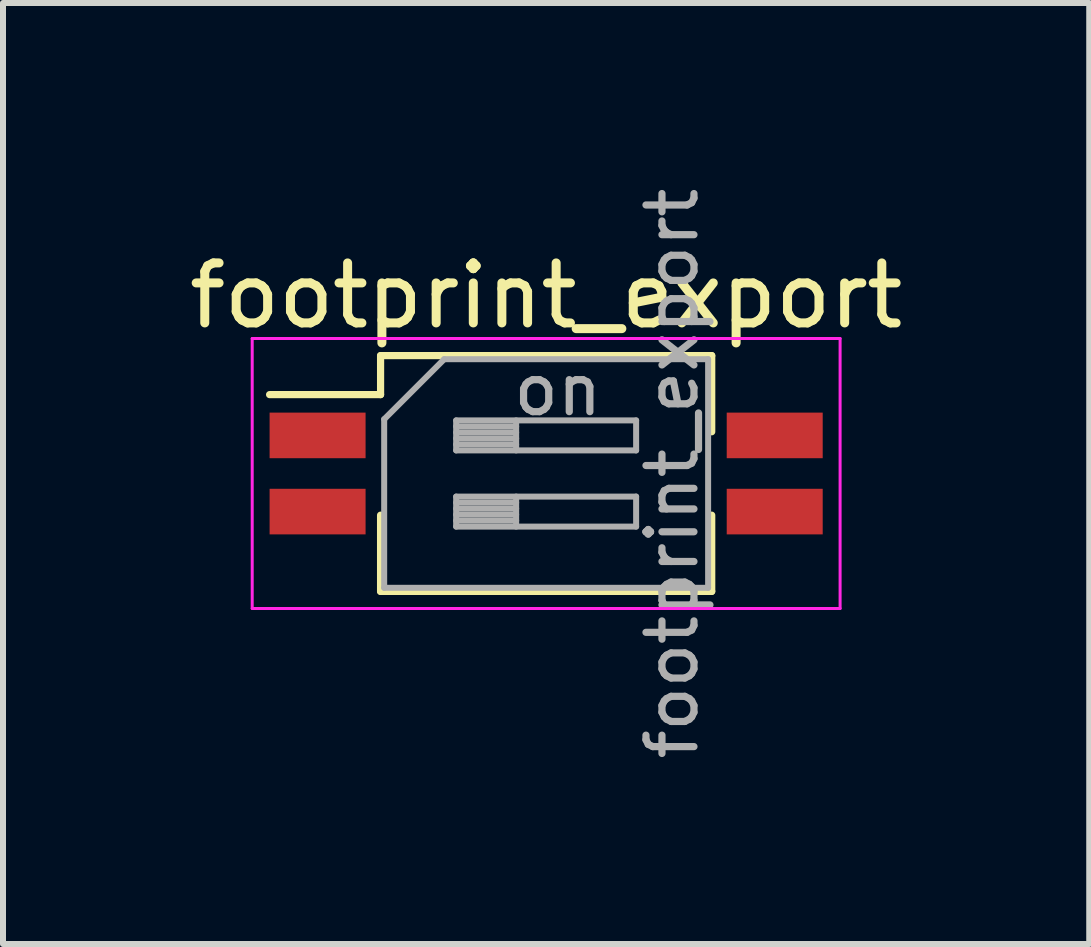
<source format=kicad_pcb>
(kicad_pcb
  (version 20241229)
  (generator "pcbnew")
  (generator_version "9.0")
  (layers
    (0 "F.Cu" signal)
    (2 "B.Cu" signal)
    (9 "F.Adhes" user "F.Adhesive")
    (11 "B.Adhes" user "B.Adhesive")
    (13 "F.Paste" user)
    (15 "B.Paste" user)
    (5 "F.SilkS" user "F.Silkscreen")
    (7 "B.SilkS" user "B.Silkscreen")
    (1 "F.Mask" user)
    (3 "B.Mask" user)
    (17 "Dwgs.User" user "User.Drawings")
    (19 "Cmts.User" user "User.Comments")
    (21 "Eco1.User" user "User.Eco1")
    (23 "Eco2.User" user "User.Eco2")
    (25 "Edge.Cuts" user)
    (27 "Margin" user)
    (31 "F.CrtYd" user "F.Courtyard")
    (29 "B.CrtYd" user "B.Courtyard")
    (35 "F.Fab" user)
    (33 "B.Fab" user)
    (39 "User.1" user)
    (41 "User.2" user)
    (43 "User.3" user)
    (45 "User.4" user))
  (footprint "footprint_export"
    (layer "F.Cu")
    (at 6.054 4.843)
    (property "Reference" "footprint_export" (at 0 -2.965 0) (layer "F.SilkS") (effects (font (size 1 1) (thickness 0.15))))
    (attr smd)
    (fp_line (start -4.61 -1.315) (end -2.76 -1.315) (stroke (width 0.12) (type solid)) (layer "F.SilkS"))
    (fp_line (start -2.76 -1.965) (end -2.76 -1.315) (stroke (width 0.12) (type solid)) (layer "F.SilkS"))
    (fp_line (start -2.76 -1.965) (end 2.76 -1.965) (stroke (width 0.12) (type solid)) (layer "F.SilkS"))
    (fp_line (start -2.76 0.695) (end -2.76 1.965) (stroke (width 0.12) (type solid)) (layer "F.SilkS"))
    (fp_line (start -2.76 1.965) (end 2.76 1.965) (stroke (width 0.12) (type solid)) (layer "F.SilkS"))
    (fp_line (start 2.76 -1.965) (end 2.76 -0.696) (stroke (width 0.12) (type solid)) (layer "F.SilkS"))
    (fp_line (start 2.76 0.695) (end 2.76 1.965) (stroke (width 0.12) (type solid)) (layer "F.SilkS"))
    (fp_line (start -4.9 -2.25) (end -4.9 2.25) (stroke (width 0.05) (type solid)) (layer "F.CrtYd"))
    (fp_line (start -4.9 2.25) (end 4.9 2.25) (stroke (width 0.05) (type solid)) (layer "F.CrtYd"))
    (fp_line (start 4.9 -2.25) (end -4.9 -2.25) (stroke (width 0.05) (type solid)) (layer "F.CrtYd"))
    (fp_line (start 4.9 2.25) (end 4.9 -2.25) (stroke (width 0.05) (type solid)) (layer "F.CrtYd"))
    (fp_line (start -2.7 -0.905) (end -1.7 -1.905) (stroke (width 0.1) (type solid)) (layer "F.Fab"))
    (fp_line (start -2.7 1.905) (end -2.7 -0.905) (stroke (width 0.1) (type solid)) (layer "F.Fab"))
    (fp_line (start -1.7 -1.905) (end 2.7 -1.905) (stroke (width 0.1) (type solid)) (layer "F.Fab"))
    (fp_line (start -1.5 -0.885) (end -1.5 -0.385) (stroke (width 0.1) (type solid)) (layer "F.Fab"))
    (fp_line (start -1.5 -0.785) (end -0.5 -0.785) (stroke (width 0.1) (type solid)) (layer "F.Fab"))
    (fp_line (start -1.5 -0.685) (end -0.5 -0.685) (stroke (width 0.1) (type solid)) (layer "F.Fab"))
    (fp_line (start -1.5 -0.585) (end -0.5 -0.585) (stroke (width 0.1) (type solid)) (layer "F.Fab"))
    (fp_line (start -1.5 -0.485) (end -0.5 -0.485) (stroke (width 0.1) (type solid)) (layer "F.Fab"))
    (fp_line (start -1.5 -0.385) (end 1.5 -0.385) (stroke (width 0.1) (type solid)) (layer "F.Fab"))
    (fp_line (start -1.5 0.385) (end -1.5 0.885) (stroke (width 0.1) (type solid)) (layer "F.Fab"))
    (fp_line (start -1.5 0.485) (end -0.5 0.485) (stroke (width 0.1) (type solid)) (layer "F.Fab"))
    (fp_line (start -1.5 0.585) (end -0.5 0.585) (stroke (width 0.1) (type solid)) (layer "F.Fab"))
    (fp_line (start -1.5 0.685) (end -0.5 0.685) (stroke (width 0.1) (type solid)) (layer "F.Fab"))
    (fp_line (start -1.5 0.785) (end -0.5 0.785) (stroke (width 0.1) (type solid)) (layer "F.Fab"))
    (fp_line (start -1.5 0.885) (end 1.5 0.885) (stroke (width 0.1) (type solid)) (layer "F.Fab"))
    (fp_line (start -0.5 -0.885) (end -0.5 -0.385) (stroke (width 0.1) (type solid)) (layer "F.Fab"))
    (fp_line (start -0.5 0.385) (end -0.5 0.885) (stroke (width 0.1) (type solid)) (layer "F.Fab"))
    (fp_line (start 1.5 -0.885) (end -1.5 -0.885) (stroke (width 0.1) (type solid)) (layer "F.Fab"))
    (fp_line (start 1.5 -0.385) (end 1.5 -0.885) (stroke (width 0.1) (type solid)) (layer "F.Fab"))
    (fp_line (start 1.5 0.385) (end -1.5 0.385) (stroke (width 0.1) (type solid)) (layer "F.Fab"))
    (fp_line (start 1.5 0.885) (end 1.5 0.385) (stroke (width 0.1) (type solid)) (layer "F.Fab"))
    (fp_line (start 2.7 -1.905) (end 2.7 1.905) (stroke (width 0.1) (type solid)) (layer "F.Fab"))
    (fp_line (start 2.7 1.905) (end -2.7 1.905) (stroke (width 0.1) (type solid)) (layer "F.Fab"))
    (fp_text user "${REFERENCE}" (at 2.1 0 90) (layer "F.Fab") (effects (font (size 0.8 0.8) (thickness 0.12))))
    (fp_text user "on" (at 0.195 -1.395 0) (layer "F.Fab") (effects (font (size 0.8 0.8) (thickness 0.12))))
    (pad "1" smd rect (at -3.81 -0.635) (size 1.6 0.76) (layers "F.Cu" "F.Mask" "F.Paste"))
    (pad "2" smd rect (at -3.81 0.635) (size 1.6 0.76) (layers "F.Cu" "F.Mask" "F.Paste"))
    (pad "3" smd rect (at 3.81 0.635) (size 1.6 0.76) (layers "F.Cu" "F.Mask" "F.Paste"))
    (pad "4" smd rect (at 3.81 -0.635) (size 1.6 0.76) (layers "F.Cu" "F.Mask" "F.Paste")))
  (gr_rect
    (start -3 -3)
    (end 15.107 12.686)
    (stroke (width 0.1) (type default))
    (fill no)
    (layer "Edge.Cuts")))
</source>
